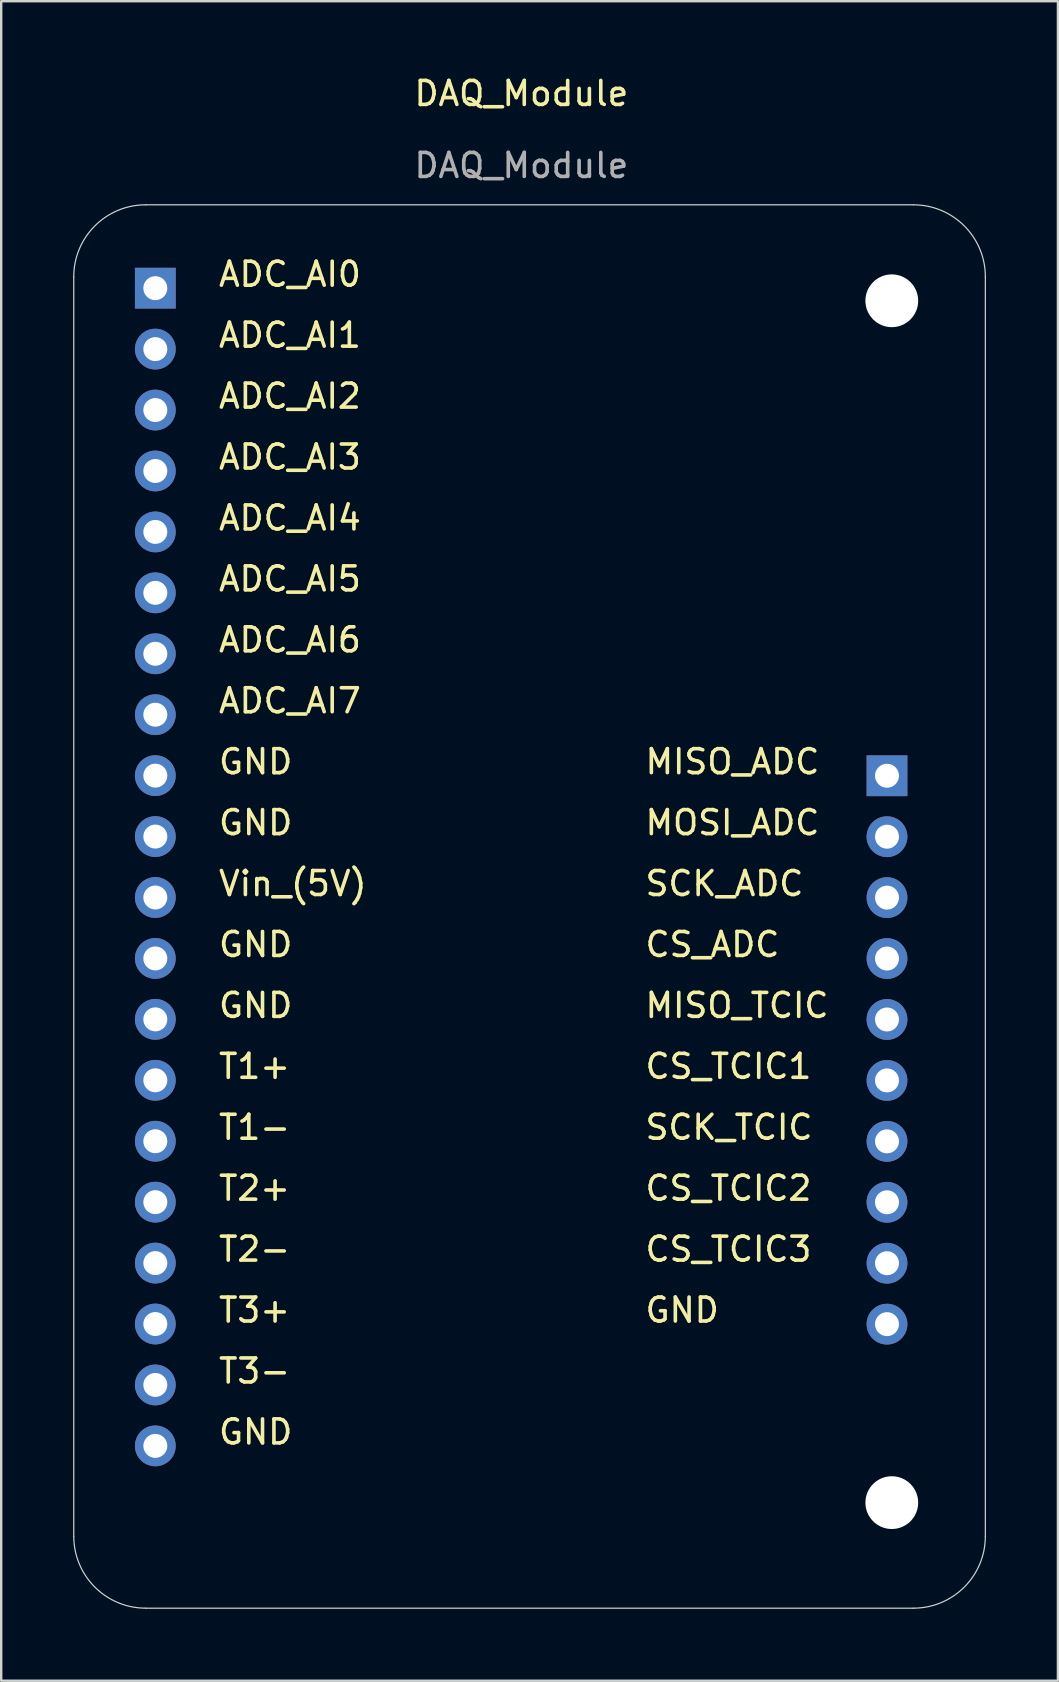
<source format=kicad_pcb>
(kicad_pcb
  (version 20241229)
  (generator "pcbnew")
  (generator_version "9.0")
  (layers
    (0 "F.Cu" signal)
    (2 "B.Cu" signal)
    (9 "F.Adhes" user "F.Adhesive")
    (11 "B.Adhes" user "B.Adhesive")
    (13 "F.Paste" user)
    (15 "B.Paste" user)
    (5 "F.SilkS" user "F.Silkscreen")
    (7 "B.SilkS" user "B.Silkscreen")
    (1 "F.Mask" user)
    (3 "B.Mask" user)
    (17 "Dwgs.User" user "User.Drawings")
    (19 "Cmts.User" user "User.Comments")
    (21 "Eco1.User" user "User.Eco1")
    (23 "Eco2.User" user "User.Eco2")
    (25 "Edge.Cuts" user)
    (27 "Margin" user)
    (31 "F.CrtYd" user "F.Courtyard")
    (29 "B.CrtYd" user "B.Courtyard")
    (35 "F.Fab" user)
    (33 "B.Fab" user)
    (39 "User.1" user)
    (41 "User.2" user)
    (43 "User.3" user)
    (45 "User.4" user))
  (footprint "DAQ_Module"
    (layer "F.Cu")
    (at 18.685 1.348)
    (property "Reference" "DAQ_Module" (at 0 -0.5 0) (unlocked yes) (layer "F.SilkS") (effects (font (size 1 1) (thickness 0.15))))
    (attr smd)
    (fp_line (start -18.66 59.64) (end -18.66 7.14) (stroke (width 0.05) (type default)) (layer "Edge.Cuts"))
    (fp_line (start -15.66 4.14) (end 16.34 4.14) (stroke (width 0.05) (type default)) (layer "Edge.Cuts"))
    (fp_line (start 16.34 62.64) (end -15.66 62.64) (stroke (width 0.05) (type default)) (layer "Edge.Cuts"))
    (fp_line (start 19.34 7.14) (end 19.34 59.64) (stroke (width 0.05) (type default)) (layer "Edge.Cuts"))
    (fp_arc (start -18.66 7.14) (mid -17.78132 5.01868) (end -15.66 4.14) (stroke (width 0.05) (type default)) (layer "Edge.Cuts"))
    (fp_arc (start -15.66 62.64) (mid -17.78132 61.76132) (end -18.66 59.64) (stroke (width 0.05) (type default)) (layer "Edge.Cuts"))
    (fp_arc (start 16.34 4.14) (mid 18.46132 5.01868) (end 19.34 7.14) (stroke (width 0.05) (type default)) (layer "Edge.Cuts"))
    (fp_arc (start 19.34 59.64) (mid 18.46132 61.76132) (end 16.34 62.64) (stroke (width 0.05) (type default)) (layer "Edge.Cuts"))
    (fp_text user "ADC_AI2" (at -12.7 12.7 0) (unlocked yes) (layer "F.SilkS") (effects (font (size 1 1) (thickness 0.15)) (justify left bottom)))
    (fp_text user "CS_ADC" (at 5.08 35.56 0) (unlocked yes) (layer "F.SilkS") (effects (font (size 1 1) (thickness 0.15)) (justify left bottom)))
    (fp_text user "SCK_ADC" (at 5.08 33.02 0) (unlocked yes) (layer "F.SilkS") (effects (font (size 1 1) (thickness 0.15)) (justify left bottom)))
    (fp_text user "ADC_AI7" (at -12.7 25.4 0) (unlocked yes) (layer "F.SilkS") (effects (font (size 1 1) (thickness 0.15)) (justify left bottom)))
    (fp_text user "CS_TCIC1" (at 5.08 40.64 0) (unlocked yes) (layer "F.SilkS") (effects (font (size 1 1) (thickness 0.15)) (justify left bottom)))
    (fp_text user "GND" (at -12.7 55.88 0) (unlocked yes) (layer "F.SilkS") (effects (font (size 1 1) (thickness 0.15)) (justify left bottom)))
    (fp_text user "T2+" (at -12.7 45.72 0) (unlocked yes) (layer "F.SilkS") (effects (font (size 1 1) (thickness 0.15)) (justify left bottom)))
    (fp_text user "GND" (at -12.7 30.48 0) (unlocked yes) (layer "F.SilkS") (effects (font (size 1 1) (thickness 0.15)) (justify left bottom)))
    (fp_text user "GND" (at 5.08 50.8 0) (unlocked yes) (layer "F.SilkS") (effects (font (size 1 1) (thickness 0.15)) (justify left bottom)))
    (fp_text user "ADC_AI1" (at -12.7 10.16 0) (unlocked yes) (layer "F.SilkS") (effects (font (size 1 1) (thickness 0.15)) (justify left bottom)))
    (fp_text user "ADC_AI4" (at -12.7 17.78 0) (unlocked yes) (layer "F.SilkS") (effects (font (size 1 1) (thickness 0.15)) (justify left bottom)))
    (fp_text user "ADC_AI3" (at -12.7 15.24 0) (unlocked yes) (layer "F.SilkS") (effects (font (size 1 1) (thickness 0.15)) (justify left bottom)))
    (fp_text user "ADC_AI5" (at -12.7 20.32 0) (unlocked yes) (layer "F.SilkS") (effects (font (size 1 1) (thickness 0.15)) (justify left bottom)))
    (fp_text user "GND" (at -12.7 27.94 0) (unlocked yes) (layer "F.SilkS") (effects (font (size 1 1) (thickness 0.15)) (justify left bottom)))
    (fp_text user "CS_TCIC3" (at 5.08 48.26 0) (unlocked yes) (layer "F.SilkS") (effects (font (size 1 1) (thickness 0.15)) (justify left bottom)))
    (fp_text user "GND" (at -12.7 38.1 0) (unlocked yes) (layer "F.SilkS") (effects (font (size 1 1) (thickness 0.15)) (justify left bottom)))
    (fp_text user "SCK_TCIC" (at 5.08 43.18 0) (unlocked yes) (layer "F.SilkS") (effects (font (size 1 1) (thickness 0.15)) (justify left bottom)))
    (fp_text user "T1+" (at -12.7 40.64 0) (unlocked yes) (layer "F.SilkS") (effects (font (size 1 1) (thickness 0.15)) (justify left bottom)))
    (fp_text user "CS_TCIC2" (at 5.08 45.72 0) (unlocked yes) (layer "F.SilkS") (effects (font (size 1 1) (thickness 0.15)) (justify left bottom)))
    (fp_text user "MOSI_ADC" (at 5.08 30.48 0) (unlocked yes) (layer "F.SilkS") (effects (font (size 1 1) (thickness 0.15)) (justify left bottom)))
    (fp_text user "T3+" (at -12.7 50.8 0) (unlocked yes) (layer "F.SilkS") (effects (font (size 1 1) (thickness 0.15)) (justify left bottom)))
    (fp_text user "ADC_AI6" (at -12.7 22.86 0) (unlocked yes) (layer "F.SilkS") (effects (font (size 1 1) (thickness 0.15)) (justify left bottom)))
    (fp_text user "MISO_TCIC" (at 5.08 38.1 0) (unlocked yes) (layer "F.SilkS") (effects (font (size 1 1) (thickness 0.15)) (justify left bottom)))
    (fp_text user "T2-" (at -12.7 48.26 0) (unlocked yes) (layer "F.SilkS") (effects (font (size 1 1) (thickness 0.15)) (justify left bottom)))
    (fp_text user "GND" (at -12.7 35.56 0) (unlocked yes) (layer "F.SilkS") (effects (font (size 1 1) (thickness 0.15)) (justify left bottom)))
    (fp_text user "MISO_ADC" (at 5.08 27.94 0) (unlocked yes) (layer "F.SilkS") (effects (font (size 1 1) (thickness 0.15)) (justify left bottom)))
    (fp_text user "ADC_AI0" (at -12.7 7.62 0) (unlocked yes) (layer "F.SilkS") (effects (font (size 1 1) (thickness 0.15)) (justify left bottom)))
    (fp_text user "T1-" (at -12.7 43.18 0) (unlocked yes) (layer "F.SilkS") (effects (font (size 1 1) (thickness 0.15)) (justify left bottom)))
    (fp_text user "T3-" (at -12.7 53.34 0) (unlocked yes) (layer "F.SilkS") (effects (font (size 1 1) (thickness 0.15)) (justify left bottom)))
    (fp_text user "Vin_(5V)" (at -12.7 33.02 0) (unlocked yes) (layer "F.SilkS") (effects (font (size 1 1) (thickness 0.15)) (justify left bottom)))
    (fp_text user "${REFERENCE}" (at 0 2.5 0) (unlocked yes) (layer "F.Fab") (effects (font (size 1 1) (thickness 0.15))))
    (pad "" np_thru_hole circle (at 15.44 8.14) (size 2.2 2.2) (drill 2.2) (layers "*.Cu" "*.Mask"))
    (pad "" np_thru_hole circle (at 15.44 58.24) (size 2.2 2.2) (drill 2.2) (layers "*.Cu" "*.Mask"))
    (pad "1" thru_hole rect (at -15.26 7.615) (size 1.7 1.7) (drill 1) (layers "*.Cu" "*.Mask"))
    (pad "2" thru_hole circle (at -15.26 10.155) (size 1.7 1.7) (drill 1) (layers "*.Cu" "*.Mask"))
    (pad "3" thru_hole circle (at -15.26 12.695) (size 1.7 1.7) (drill 1) (layers "*.Cu" "*.Mask"))
    (pad "4" thru_hole circle (at -15.26 15.235) (size 1.7 1.7) (drill 1) (layers "*.Cu" "*.Mask"))
    (pad "5" thru_hole circle (at -15.26 17.775) (size 1.7 1.7) (drill 1) (layers "*.Cu" "*.Mask"))
    (pad "6" thru_hole circle (at -15.26 20.315) (size 1.7 1.7) (drill 1) (layers "*.Cu" "*.Mask"))
    (pad "7" thru_hole circle (at -15.26 22.855) (size 1.7 1.7) (drill 1) (layers "*.Cu" "*.Mask"))
    (pad "8" thru_hole circle (at -15.26 25.395) (size 1.7 1.7) (drill 1) (layers "*.Cu" "*.Mask"))
    (pad "9" thru_hole circle (at -15.26 27.935) (size 1.7 1.7) (drill 1) (layers "*.Cu" "*.Mask"))
    (pad "10" thru_hole circle (at -15.26 30.475) (size 1.7 1.7) (drill 1) (layers "*.Cu" "*.Mask"))
    (pad "11" thru_hole circle (at -15.26 33.015) (size 1.7 1.7) (drill 1) (layers "*.Cu" "*.Mask"))
    (pad "12" thru_hole circle (at -15.26 35.555) (size 1.7 1.7) (drill 1) (layers "*.Cu" "*.Mask"))
    (pad "13" thru_hole circle (at -15.26 38.095) (size 1.7 1.7) (drill 1) (layers "*.Cu" "*.Mask"))
    (pad "14" thru_hole circle (at -15.26 40.635) (size 1.7 1.7) (drill 1) (layers "*.Cu" "*.Mask"))
    (pad "15" thru_hole circle (at -15.26 43.175) (size 1.7 1.7) (drill 1) (layers "*.Cu" "*.Mask"))
    (pad "16" thru_hole circle (at -15.26 45.715) (size 1.7 1.7) (drill 1) (layers "*.Cu" "*.Mask"))
    (pad "17" thru_hole circle (at -15.26 48.255) (size 1.7 1.7) (drill 1) (layers "*.Cu" "*.Mask"))
    (pad "18" thru_hole circle (at -15.26 50.795) (size 1.7 1.7) (drill 1) (layers "*.Cu" "*.Mask"))
    (pad "19" thru_hole circle (at -15.26 53.335) (size 1.7 1.7) (drill 1) (layers "*.Cu" "*.Mask"))
    (pad "20" thru_hole circle (at -15.26 55.875) (size 1.7 1.7) (drill 1) (layers "*.Cu" "*.Mask"))
    (pad "21" thru_hole rect (at 15.24 27.94) (size 1.7 1.7) (drill 1) (layers "*.Cu" "*.Mask"))
    (pad "22" thru_hole circle (at 15.24 30.48) (size 1.7 1.7) (drill 1) (layers "*.Cu" "*.Mask"))
    (pad "23" thru_hole circle (at 15.24 33.02) (size 1.7 1.7) (drill 1) (layers "*.Cu" "*.Mask"))
    (pad "24" thru_hole circle (at 15.24 35.56) (size 1.7 1.7) (drill 1) (layers "*.Cu" "*.Mask"))
    (pad "25" thru_hole circle (at 15.24 38.1) (size 1.7 1.7) (drill 1) (layers "*.Cu" "*.Mask"))
    (pad "26" thru_hole circle (at 15.24 40.64) (size 1.7 1.7) (drill 1) (layers "*.Cu" "*.Mask"))
    (pad "27" thru_hole circle (at 15.24 43.18) (size 1.7 1.7) (drill 1) (layers "*.Cu" "*.Mask"))
    (pad "28" thru_hole circle (at 15.24 45.72) (size 1.7 1.7) (drill 1) (layers "*.Cu" "*.Mask"))
    (pad "29" thru_hole circle (at 15.24 48.26) (size 1.7 1.7) (drill 1) (layers "*.Cu" "*.Mask"))
    (pad "30" thru_hole circle (at 15.24 50.8) (size 1.7 1.7) (drill 1) (layers "*.Cu" "*.Mask")))
  (gr_rect
    (start -3 -3)
    (end 41.05 67.013)
    (stroke (width 0.1) (type default))
    (fill no)
    (layer "Edge.Cuts")))
</source>
